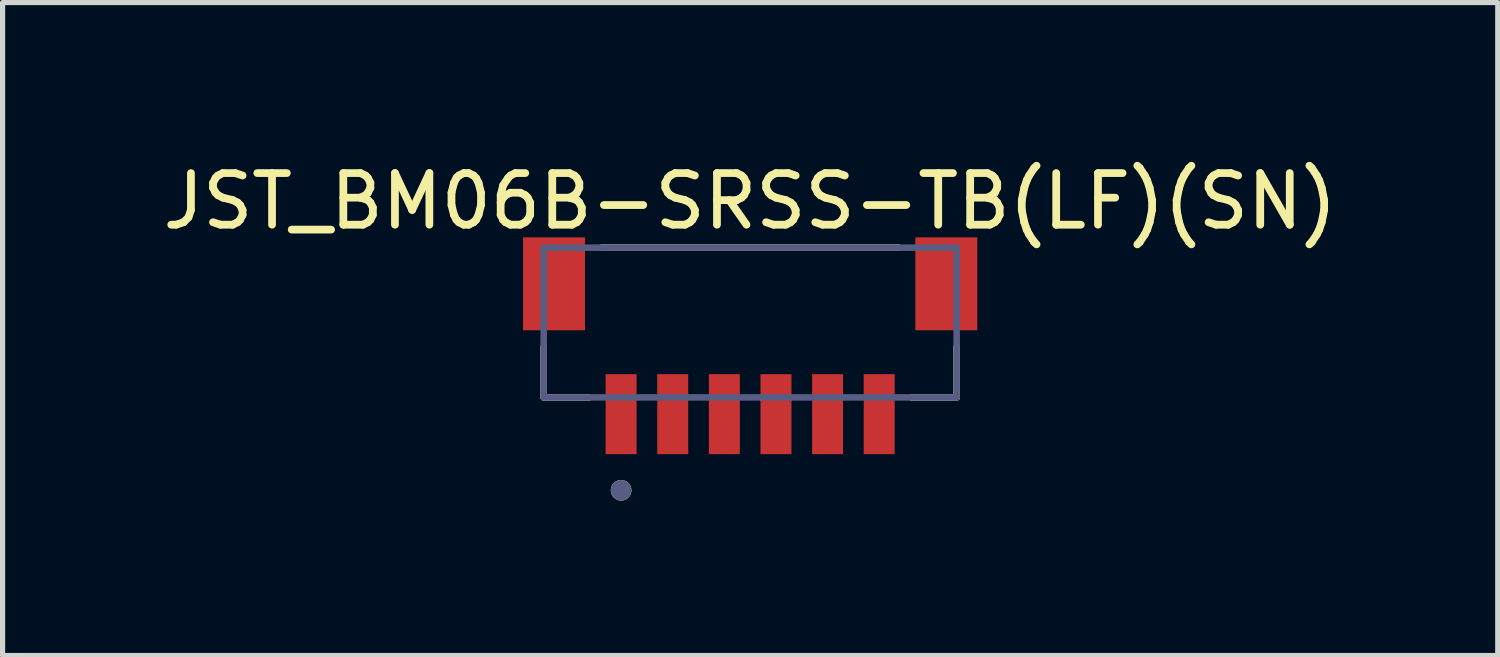
<source format=kicad_pcb>
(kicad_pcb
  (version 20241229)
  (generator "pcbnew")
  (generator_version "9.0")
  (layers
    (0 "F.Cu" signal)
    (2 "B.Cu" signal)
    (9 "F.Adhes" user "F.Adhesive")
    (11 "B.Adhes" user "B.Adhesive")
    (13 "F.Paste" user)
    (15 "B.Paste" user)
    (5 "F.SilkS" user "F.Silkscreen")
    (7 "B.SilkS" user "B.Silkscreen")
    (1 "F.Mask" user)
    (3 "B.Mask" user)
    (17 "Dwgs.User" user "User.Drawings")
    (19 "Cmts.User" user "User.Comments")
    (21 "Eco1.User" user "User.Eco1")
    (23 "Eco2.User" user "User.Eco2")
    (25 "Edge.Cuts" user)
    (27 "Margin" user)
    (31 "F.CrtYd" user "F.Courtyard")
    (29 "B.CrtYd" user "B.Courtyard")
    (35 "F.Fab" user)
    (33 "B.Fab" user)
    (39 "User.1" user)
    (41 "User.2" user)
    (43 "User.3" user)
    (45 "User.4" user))
  (footprint "JST_BM06B-SRSS-TB(LF)(SN)"
    (layer "F.Cu")
    (at 11.482 2.448)
    (property "Reference" "JST_BM06B-SRSS-TB(LF)(SN)" (at 0 -1.6 0) (layer "F.SilkS") (effects (font (size 1 1) (thickness 0.15))))
    (fp_line (start -4 2.2) (end -4 1.22) (stroke (width 0.127) (type solid)) (layer "F.SilkS"))
    (fp_line (start -4 2.2) (end -3.12 2.2) (stroke (width 0.127) (type solid)) (layer "F.SilkS"))
    (fp_line (start -2.88 -0.7) (end 2.88 -0.7) (stroke (width 0.127) (type solid)) (layer "F.SilkS"))
    (fp_line (start 3.12 2.2) (end 4 2.2) (stroke (width 0.127) (type solid)) (layer "F.SilkS"))
    (fp_line (start 4 2.2) (end 4 1.22) (stroke (width 0.127) (type solid)) (layer "F.SilkS"))
    (fp_circle (center -2.5 4) (end -2.5 3.9) (stroke (width 0.2) (type solid)) (fill no) (layer "F.SilkS"))
    (fp_line (start -4.65 -1.15) (end 4.65 -1.15) (stroke (width 0.05) (type solid)) (layer "Eco2.User"))
    (fp_line (start -4.65 3.55) (end -4.65 -1.15) (stroke (width 0.05) (type solid)) (layer "Eco2.User"))
    (fp_line (start -4.65 3.55) (end 4.65 3.55) (stroke (width 0.05) (type solid)) (layer "Eco2.User"))
    (fp_line (start 4.65 3.55) (end 4.65 -1.15) (stroke (width 0.05) (type solid)) (layer "Eco2.User"))
    (fp_line (start -4 -0.7) (end 4 -0.7) (stroke (width 0.127) (type solid)) (layer "B.Fab"))
    (fp_line (start -4 2.2) (end -4 -0.7) (stroke (width 0.127) (type solid)) (layer "B.Fab"))
    (fp_line (start -4 2.2) (end 4 2.2) (stroke (width 0.127) (type solid)) (layer "B.Fab"))
    (fp_line (start 4 2.2) (end 4 -0.7) (stroke (width 0.127) (type solid)) (layer "B.Fab"))
    (fp_circle (center -2.5 4) (end -2.5 3.9) (stroke (width 0.2) (type solid)) (fill no) (layer "B.Fab"))
    (pad "1" smd rect (at -2.5 2.525) (size 0.6 1.55) (layers "F.Cu" "F.Mask" "F.Paste"))
    (pad "2" smd rect (at -1.5 2.525) (size 0.6 1.55) (layers "F.Cu" "F.Mask" "F.Paste"))
    (pad "3" smd rect (at -0.5 2.525) (size 0.6 1.55) (layers "F.Cu" "F.Mask" "F.Paste"))
    (pad "4" smd rect (at 0.5 2.525) (size 0.6 1.55) (layers "F.Cu" "F.Mask" "F.Paste"))
    (pad "5" smd rect (at 1.5 2.525) (size 0.6 1.55) (layers "F.Cu" "F.Mask" "F.Paste"))
    (pad "6" smd rect (at 2.5 2.525) (size 0.6 1.55) (layers "F.Cu" "F.Mask" "F.Paste"))
    (pad "S1" smd rect (at -3.8 0) (size 1.2 1.8) (layers "F.Cu" "F.Mask" "F.Paste"))
    (pad "S2" smd rect (at 3.8 0) (size 1.2 1.8) (layers "F.Cu" "F.Mask" "F.Paste")))
  (gr_rect
    (start -3 -3)
    (end 25.964 9.648)
    (stroke (width 0.1) (type default))
    (fill no)
    (layer "Edge.Cuts")))
</source>
